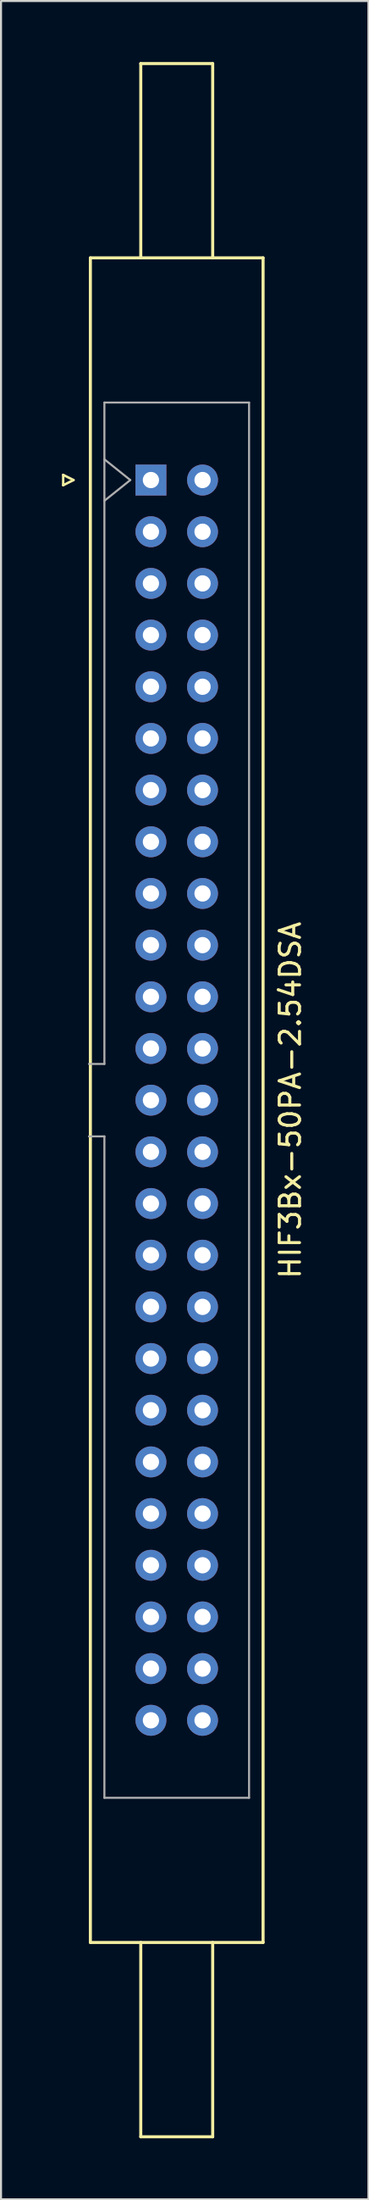
<source format=kicad_pcb>
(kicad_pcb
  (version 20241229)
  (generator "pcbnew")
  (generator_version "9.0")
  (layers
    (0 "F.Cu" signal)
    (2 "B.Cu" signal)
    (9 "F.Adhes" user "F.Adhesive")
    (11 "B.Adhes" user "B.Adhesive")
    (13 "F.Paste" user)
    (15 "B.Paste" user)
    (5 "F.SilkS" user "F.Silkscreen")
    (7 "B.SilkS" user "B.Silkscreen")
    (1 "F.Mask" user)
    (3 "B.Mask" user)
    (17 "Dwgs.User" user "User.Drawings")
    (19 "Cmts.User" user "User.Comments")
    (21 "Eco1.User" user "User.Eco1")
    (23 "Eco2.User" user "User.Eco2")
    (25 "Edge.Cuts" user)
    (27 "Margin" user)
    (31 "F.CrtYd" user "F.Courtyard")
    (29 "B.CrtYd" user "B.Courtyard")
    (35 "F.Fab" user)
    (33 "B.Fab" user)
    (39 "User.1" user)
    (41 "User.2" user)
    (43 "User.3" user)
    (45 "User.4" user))
  (footprint "HIF3Bx-50PA-2.54DSA"
    (layer "F.Cu")
    (at 4.378 20.545)
    (property "Reference" "HIF3Bx-50PA-2.54DSA" (at 6.858 30.48 270) (layer "F.SilkS") (effects (font (size 1 1) (thickness 0.15))))
    (attr through_hole)
    (fp_line (start -4.318 -0.254) (end -4.318 0.254) (stroke (width 0.12) (type solid)) (layer "F.SilkS"))
    (fp_line (start -4.318 0.254) (end -3.81 0) (stroke (width 0.12) (type solid)) (layer "F.SilkS"))
    (fp_line (start -3.81 0) (end -4.318 -0.254) (stroke (width 0.12) (type solid)) (layer "F.SilkS"))
    (fp_line (start -2.98 71.88) (end -2.98 -10.92) (stroke (width 0.15) (type solid)) (layer "F.SilkS"))
    (fp_line (start -2.98 71.88) (end 5.52 71.88) (stroke (width 0.15) (type solid)) (layer "F.SilkS"))
    (fp_line (start -0.5 -20.47) (end 3.04 -20.47) (stroke (width 0.15) (type solid)) (layer "F.SilkS"))
    (fp_line (start -0.5 -10.92) (end -0.5 -20.47) (stroke (width 0.15) (type solid)) (layer "F.SilkS"))
    (fp_line (start -0.5 71.88) (end -0.5 81.43) (stroke (width 0.15) (type solid)) (layer "F.SilkS"))
    (fp_line (start -0.5 81.43) (end 3.04 81.43) (stroke (width 0.15) (type solid)) (layer "F.SilkS"))
    (fp_line (start 3.04 -20.47) (end 3.04 -10.92) (stroke (width 0.15) (type solid)) (layer "F.SilkS"))
    (fp_line (start 3.04 81.43) (end 3.04 71.88) (stroke (width 0.15) (type solid)) (layer "F.SilkS"))
    (fp_line (start 5.52 -10.92) (end -2.98 -10.92) (stroke (width 0.15) (type solid)) (layer "F.SilkS"))
    (fp_line (start 5.52 -10.92) (end 5.52 71.88) (stroke (width 0.15) (type solid)) (layer "F.SilkS"))
    (fp_line (start -3.05 28.7) (end -2.29 28.7) (stroke (width 0.1) (type solid)) (layer "F.Fab"))
    (fp_line (start -2.29 -3.81) (end 4.83 -3.81) (stroke (width 0.1) (type solid)) (layer "F.Fab"))
    (fp_line (start -2.29 28.7) (end -2.29 -3.81) (stroke (width 0.1) (type solid)) (layer "F.Fab"))
    (fp_line (start -2.29 32.26) (end -3.05 32.26) (stroke (width 0.1) (type solid)) (layer "F.Fab"))
    (fp_line (start -2.29 64.77) (end -2.29 32.26) (stroke (width 0.1) (type solid)) (layer "F.Fab"))
    (fp_line (start -2.286 -1.016) (end -1.016 0) (stroke (width 0.1) (type solid)) (layer "F.Fab"))
    (fp_line (start -1.016 0) (end -2.286 1.016) (stroke (width 0.1) (type solid)) (layer "F.Fab"))
    (fp_line (start 4.83 -3.81) (end 4.83 64.77) (stroke (width 0.1) (type solid)) (layer "F.Fab"))
    (fp_line (start 4.83 64.77) (end -2.29 64.77) (stroke (width 0.1) (type solid)) (layer "F.Fab"))
    (pad "1" thru_hole rect (at 0 0 270) (size 1.52 1.52) (drill 0.8) (layers "*.Cu" "*.Mask"))
    (pad "2" thru_hole circle (at 2.54 0 270) (size 1.52 1.52) (drill 0.8) (layers "*.Cu" "*.Mask"))
    (pad "3" thru_hole circle (at 0 2.54 270) (size 1.52 1.52) (drill 0.8) (layers "*.Cu" "*.Mask"))
    (pad "4" thru_hole circle (at 2.54 2.54 270) (size 1.52 1.52) (drill 0.8) (layers "*.Cu" "*.Mask"))
    (pad "5" thru_hole circle (at 0 5.08 270) (size 1.52 1.52) (drill 0.8) (layers "*.Cu" "*.Mask"))
    (pad "6" thru_hole circle (at 2.54 5.08 270) (size 1.52 1.52) (drill 0.8) (layers "*.Cu" "*.Mask"))
    (pad "7" thru_hole circle (at 0 7.62 270) (size 1.52 1.52) (drill 0.8) (layers "*.Cu" "*.Mask"))
    (pad "8" thru_hole circle (at 2.54 7.62 270) (size 1.52 1.52) (drill 0.8) (layers "*.Cu" "*.Mask"))
    (pad "9" thru_hole circle (at 0 10.16 270) (size 1.52 1.52) (drill 0.8) (layers "*.Cu" "*.Mask"))
    (pad "10" thru_hole circle (at 2.54 10.16 270) (size 1.52 1.52) (drill 0.8) (layers "*.Cu" "*.Mask"))
    (pad "11" thru_hole circle (at 0 12.7 270) (size 1.52 1.52) (drill 0.8) (layers "*.Cu" "*.Mask"))
    (pad "12" thru_hole circle (at 2.54 12.7 270) (size 1.52 1.52) (drill 0.8) (layers "*.Cu" "*.Mask"))
    (pad "13" thru_hole circle (at 0 15.24 270) (size 1.52 1.52) (drill 0.8) (layers "*.Cu" "*.Mask"))
    (pad "14" thru_hole circle (at 2.54 15.24 270) (size 1.52 1.52) (drill 0.8) (layers "*.Cu" "*.Mask"))
    (pad "15" thru_hole circle (at 0 17.78 270) (size 1.52 1.52) (drill 0.8) (layers "*.Cu" "*.Mask"))
    (pad "16" thru_hole circle (at 2.54 17.78 270) (size 1.52 1.52) (drill 0.8) (layers "*.Cu" "*.Mask"))
    (pad "17" thru_hole circle (at 0 20.32 270) (size 1.52 1.52) (drill 0.8) (layers "*.Cu" "*.Mask"))
    (pad "18" thru_hole circle (at 2.54 20.32 270) (size 1.52 1.52) (drill 0.8) (layers "*.Cu" "*.Mask"))
    (pad "19" thru_hole circle (at 0 22.86 270) (size 1.52 1.52) (drill 0.8) (layers "*.Cu" "*.Mask"))
    (pad "20" thru_hole circle (at 2.54 22.86 270) (size 1.52 1.52) (drill 0.8) (layers "*.Cu" "*.Mask"))
    (pad "21" thru_hole circle (at 0 25.4 270) (size 1.52 1.52) (drill 0.8) (layers "*.Cu" "*.Mask"))
    (pad "22" thru_hole circle (at 2.54 25.4 270) (size 1.52 1.52) (drill 0.8) (layers "*.Cu" "*.Mask"))
    (pad "23" thru_hole circle (at 0 27.94 270) (size 1.52 1.52) (drill 0.8) (layers "*.Cu" "*.Mask"))
    (pad "24" thru_hole circle (at 2.54 27.94 270) (size 1.52 1.52) (drill 0.8) (layers "*.Cu" "*.Mask"))
    (pad "25" thru_hole circle (at 0 30.48 270) (size 1.52 1.52) (drill 0.8) (layers "*.Cu" "*.Mask"))
    (pad "26" thru_hole circle (at 2.54 30.48 270) (size 1.52 1.52) (drill 0.8) (layers "*.Cu" "*.Mask"))
    (pad "27" thru_hole circle (at 0 33.02 270) (size 1.52 1.52) (drill 0.8) (layers "*.Cu" "*.Mask"))
    (pad "28" thru_hole circle (at 2.54 33.02 270) (size 1.52 1.52) (drill 0.8) (layers "*.Cu" "*.Mask"))
    (pad "29" thru_hole circle (at 0 35.56 270) (size 1.52 1.52) (drill 0.8) (layers "*.Cu" "*.Mask"))
    (pad "30" thru_hole circle (at 2.54 35.56 270) (size 1.52 1.52) (drill 0.8) (layers "*.Cu" "*.Mask"))
    (pad "31" thru_hole circle (at 0 38.1 270) (size 1.52 1.52) (drill 0.8) (layers "*.Cu" "*.Mask"))
    (pad "32" thru_hole circle (at 2.54 38.1 270) (size 1.52 1.52) (drill 0.8) (layers "*.Cu" "*.Mask"))
    (pad "33" thru_hole circle (at 0 40.64 270) (size 1.52 1.52) (drill 0.8) (layers "*.Cu" "*.Mask"))
    (pad "34" thru_hole circle (at 2.54 40.64 270) (size 1.52 1.52) (drill 0.8) (layers "*.Cu" "*.Mask"))
    (pad "35" thru_hole circle (at 0 43.18 270) (size 1.52 1.52) (drill 0.8) (layers "*.Cu" "*.Mask"))
    (pad "36" thru_hole circle (at 2.54 43.18 270) (size 1.52 1.52) (drill 0.8) (layers "*.Cu" "*.Mask"))
    (pad "37" thru_hole circle (at 0 45.72 270) (size 1.52 1.52) (drill 0.8) (layers "*.Cu" "*.Mask"))
    (pad "38" thru_hole circle (at 2.54 45.72 270) (size 1.52 1.52) (drill 0.8) (layers "*.Cu" "*.Mask"))
    (pad "39" thru_hole circle (at 0 48.26 270) (size 1.52 1.52) (drill 0.8) (layers "*.Cu" "*.Mask"))
    (pad "40" thru_hole circle (at 2.54 48.26 270) (size 1.52 1.52) (drill 0.8) (layers "*.Cu" "*.Mask"))
    (pad "41" thru_hole circle (at 0 50.8 270) (size 1.52 1.52) (drill 0.8) (layers "*.Cu" "*.Mask"))
    (pad "42" thru_hole circle (at 2.54 50.8 270) (size 1.52 1.52) (drill 0.8) (layers "*.Cu" "*.Mask"))
    (pad "43" thru_hole circle (at 0 53.34 270) (size 1.52 1.52) (drill 0.8) (layers "*.Cu" "*.Mask"))
    (pad "44" thru_hole circle (at 2.54 53.34 270) (size 1.52 1.52) (drill 0.8) (layers "*.Cu" "*.Mask"))
    (pad "45" thru_hole circle (at 0 55.88 270) (size 1.52 1.52) (drill 0.8) (layers "*.Cu" "*.Mask"))
    (pad "46" thru_hole circle (at 2.54 55.88 270) (size 1.52 1.52) (drill 0.8) (layers "*.Cu" "*.Mask"))
    (pad "47" thru_hole circle (at 0 58.42 270) (size 1.52 1.52) (drill 0.8) (layers "*.Cu" "*.Mask"))
    (pad "48" thru_hole circle (at 2.54 58.42 270) (size 1.52 1.52) (drill 0.8) (layers "*.Cu" "*.Mask"))
    (pad "49" thru_hole circle (at 0 60.96 270) (size 1.52 1.52) (drill 0.8) (layers "*.Cu" "*.Mask"))
    (pad "50" thru_hole circle (at 2.54 60.96 270) (size 1.52 1.52) (drill 0.8) (layers "*.Cu" "*.Mask")))
  (gr_rect
    (start -3 -3)
    (end 15.084 105.05)
    (stroke (width 0.1) (type default))
    (fill no)
    (layer "Edge.Cuts")))
</source>
